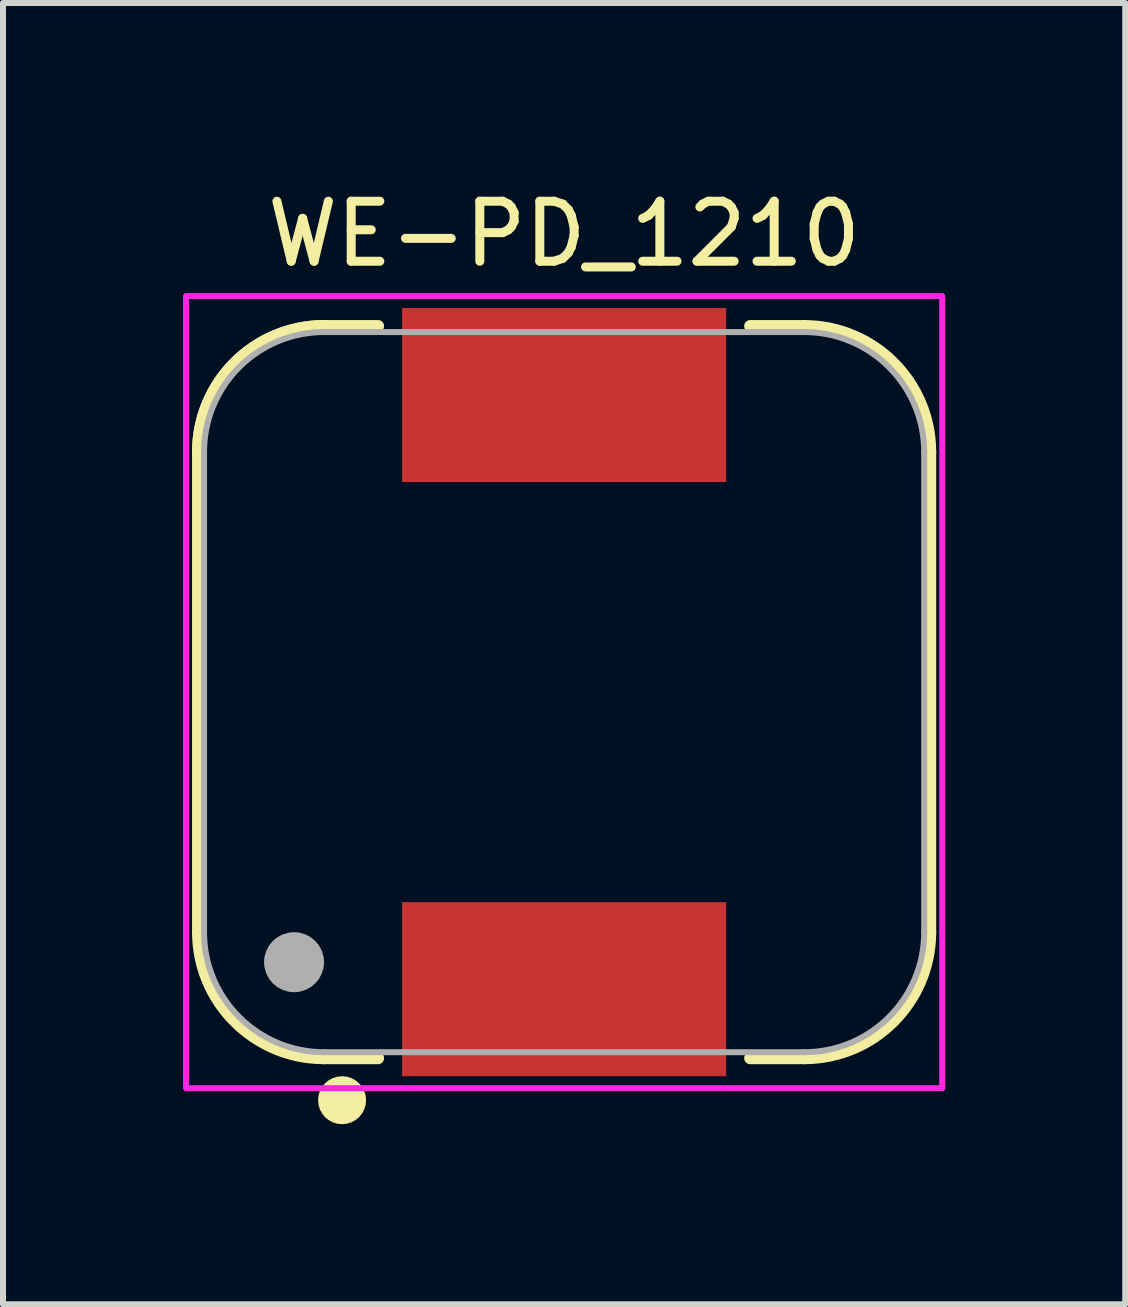
<source format=kicad_pcb>
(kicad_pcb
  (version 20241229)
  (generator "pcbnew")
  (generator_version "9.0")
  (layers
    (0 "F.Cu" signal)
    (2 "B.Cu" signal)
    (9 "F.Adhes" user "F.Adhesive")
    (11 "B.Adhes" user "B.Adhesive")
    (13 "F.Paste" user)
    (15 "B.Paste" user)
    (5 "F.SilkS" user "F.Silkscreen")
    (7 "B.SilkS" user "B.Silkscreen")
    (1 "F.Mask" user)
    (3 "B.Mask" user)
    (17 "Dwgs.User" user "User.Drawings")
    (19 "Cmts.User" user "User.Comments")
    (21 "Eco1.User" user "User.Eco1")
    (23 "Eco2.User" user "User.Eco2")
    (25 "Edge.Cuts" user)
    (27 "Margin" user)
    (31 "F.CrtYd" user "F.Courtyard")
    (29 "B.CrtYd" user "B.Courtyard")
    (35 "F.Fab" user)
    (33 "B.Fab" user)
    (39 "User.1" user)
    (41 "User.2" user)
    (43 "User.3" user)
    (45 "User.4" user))
  (footprint "WE-PD_1210"
    (layer "F.Cu")
    (at 6.35 8.483)
    (property "Reference" "WE-PD_1210" (at 0 -7.635 0) (layer "F.SilkS") (effects (font (size 1 1) (thickness 0.15))))
    (attr smd)
    (fp_line (start -6.1 4) (end -6.1 -4) (stroke (width 0.2) (type solid)) (layer "F.SilkS"))
    (fp_line (start -4 -6.1) (end -3.1 -6.1) (stroke (width 0.2) (type solid)) (layer "F.SilkS"))
    (fp_line (start -3.1 6.1) (end -4 6.1) (stroke (width 0.2) (type solid)) (layer "F.SilkS"))
    (fp_line (start 3.1 6.1) (end 4 6.1) (stroke (width 0.2) (type solid)) (layer "F.SilkS"))
    (fp_line (start 4 -6.1) (end 3.1 -6.1) (stroke (width 0.2) (type solid)) (layer "F.SilkS"))
    (fp_line (start 6.1 4) (end 6.1 -4) (stroke (width 0.2) (type solid)) (layer "F.SilkS"))
    (fp_arc (start -6.1 -4) (mid -5.484924 -5.484924) (end -4 -6.1) (stroke (width 0.2) (type solid)) (layer "F.SilkS"))
    (fp_arc (start -6.1 -4) (mid -5.484924 -5.484924) (end -4 -6.1) (stroke (width 0.2) (type solid)) (layer "F.SilkS"))
    (fp_arc (start -4 6.1) (mid -5.484924 5.484924) (end -6.1 4) (stroke (width 0.2) (type solid)) (layer "F.SilkS"))
    (fp_arc (start 4 -6.1) (mid 5.484924 -5.484924) (end 6.1 -4) (stroke (width 0.2) (type solid)) (layer "F.SilkS"))
    (fp_arc (start 6.1 4) (mid 5.484924 5.484924) (end 4 6.1) (stroke (width 0.2) (type solid)) (layer "F.SilkS"))
    (fp_circle (center -3.7 6.8) (end -3.5 6.8) (stroke (width 0.4) (type solid)) (fill no) (layer "F.SilkS"))
    (fp_poly (pts (xy -6.3 6.6) (xy -6.3 -6.6) (xy 6.3 -6.6) (xy 6.3 6.6)) (stroke (width 0.1) (type solid)) (fill no) (layer "F.CrtYd"))
    (fp_line (start -6 4) (end -6 -4) (stroke (width 0.1) (type solid)) (layer "F.Fab"))
    (fp_line (start -4 6) (end 4 6) (stroke (width 0.1) (type solid)) (layer "F.Fab"))
    (fp_line (start 4 -6) (end -4 -6) (stroke (width 0.1) (type solid)) (layer "F.Fab"))
    (fp_line (start 6 4) (end 6 -4) (stroke (width 0.1) (type solid)) (layer "F.Fab"))
    (fp_arc (start -6 -4) (mid -5.414214 -5.414214) (end -4 -6) (stroke (width 0.1) (type solid)) (layer "F.Fab"))
    (fp_arc (start -4 6) (mid -5.414214 5.414214) (end -6 4) (stroke (width 0.1) (type solid)) (layer "F.Fab"))
    (fp_arc (start 4 -6) (mid 5.414214 -5.414214) (end 6 -4) (stroke (width 0.1) (type solid)) (layer "F.Fab"))
    (fp_arc (start 6 4) (mid 5.414214 5.414214) (end 4 6) (stroke (width 0.1) (type solid)) (layer "F.Fab"))
    (fp_circle (center -4.5 4.5) (end -4.25 4.5) (stroke (width 0.5) (type solid)) (fill no) (layer "F.Fab"))
    (pad "1" smd rect (at 0 4.95) (size 5.4 2.9) (layers "F.Cu" "F.Mask" "F.Paste"))
    (pad "2" smd rect (at 0 -4.95) (size 5.4 2.9) (layers "F.Cu" "F.Mask" "F.Paste"))
    (zone (net_name "") (layer "F.Cu") (hatch full 0.508) (connect_pads) (min_thickness 0.1) (filled_areas_thickness no) (keepout (tracks not_allowed) (vias not_allowed) (pads not_allowed) (copperpour not_allowed) (footprints allowed)) (placement (enabled no)) (fill) (polygon (pts (xy 0.35 4.483) (xy 0.35 12.483) (xy 0.353 12.588) (xy 0.361 12.692) (xy 0.375 12.796) (xy 0.394 12.899) (xy 0.418 13.001) (xy 0.448 13.101) (xy 0.483 13.2) (xy 0.523 13.296) (xy 0.568 13.391) (xy 0.618 13.483) (xy 0.673 13.572) (xy 0.732 13.659) (xy 0.796 13.742) (xy 0.864 13.821) (xy 0.936 13.897) (xy 1.012 13.969) (xy 1.091 14.037) (xy 1.174 14.101) (xy 1.261 14.16) (xy 1.35 14.215) (xy 1.442 14.265) (xy 1.537 14.31) (xy 1.633 14.35) (xy 1.732 14.385) (xy 1.832 14.415) (xy 1.934 14.439) (xy 2.037 14.458) (xy 2.141 14.472) (xy 2.245 14.48) (xy 2.35 14.483) (xy 3.45 14.483) (xy 3.45 11.783) (xy 9.25 11.783) (xy 9.25 14.483) (xy 10.35 14.483) (xy 10.455 14.48) (xy 10.559 14.472) (xy 10.663 14.458) (xy 10.766 14.439) (xy 10.868 14.415) (xy 10.968 14.385) (xy 11.067 14.35) (xy 11.163 14.31) (xy 11.258 14.265) (xy 11.35 14.215) (xy 11.439 14.16) (xy 11.526 14.101) (xy 11.609 14.037) (xy 11.688 13.969) (xy 11.764 13.897) (xy 11.836 13.821) (xy 11.904 13.742) (xy 11.968 13.659) (xy 12.027 13.572) (xy 12.082 13.483) (xy 12.132 13.391) (xy 12.177 13.296) (xy 12.217 13.2) (xy 12.252 13.101) (xy 12.282 13.001) (xy 12.306 12.899) (xy 12.325 12.796) (xy 12.339 12.692) (xy 12.347 12.588) (xy 12.35 12.483) (xy 12.35 4.483) (xy 12.347 4.378) (xy 12.339 4.274) (xy 12.325 4.17) (xy 12.306 4.067) (xy 12.282 3.965) (xy 12.252 3.865) (xy 12.217 3.766) (xy 12.177 3.67) (xy 12.132 3.575) (xy 12.082 3.483) (xy 12.027 3.394) (xy 11.968 3.307) (xy 11.904 3.224) (xy 11.836 3.145) (xy 11.764 3.069) (xy 11.688 2.997) (xy 11.609 2.929) (xy 11.526 2.865) (xy 11.439 2.806) (xy 11.35 2.751) (xy 11.258 2.701) (xy 11.163 2.656) (xy 11.067 2.616) (xy 10.968 2.581) (xy 10.868 2.551) (xy 10.766 2.527) (xy 10.663 2.508) (xy 10.559 2.494) (xy 10.455 2.486) (xy 10.35 2.483) (xy 9.25 2.483) (xy 9.25 5.183) (xy 3.45 5.183) (xy 3.45 2.483) (xy 2.35 2.483) (xy 2.245 2.486) (xy 2.141 2.494) (xy 2.037 2.508) (xy 1.934 2.527) (xy 1.832 2.551) (xy 1.732 2.581) (xy 1.633 2.616) (xy 1.537 2.656) (xy 1.442 2.701) (xy 1.35 2.751) (xy 1.261 2.806) (xy 1.174 2.865) (xy 1.091 2.929) (xy 1.012 2.997) (xy 0.936 3.069) (xy 0.864 3.145) (xy 0.796 3.224) (xy 0.732 3.307) (xy 0.673 3.394) (xy 0.618 3.483) (xy 0.568 3.575) (xy 0.523 3.67) (xy 0.483 3.766) (xy 0.448 3.865) (xy 0.418 3.965) (xy 0.394 4.067) (xy 0.375 4.17) (xy 0.361 4.274) (xy 0.353 4.378))))
    (zone (net_name "") (layers "F.Cu" "B.Cu") (hatch full 0.508) (connect_pads) (min_thickness 0.1) (filled_areas_thickness no) (keepout (tracks allowed) (vias not_allowed) (pads allowed) (copperpour allowed) (footprints allowed)) (placement (enabled no)) (fill) (polygon (pts (xy 0.35 4.483) (xy 0.35 12.483) (xy 0.353 12.588) (xy 0.361 12.692) (xy 0.375 12.796) (xy 0.394 12.899) (xy 0.418 13.001) (xy 0.448 13.101) (xy 0.483 13.2) (xy 0.523 13.296) (xy 0.568 13.391) (xy 0.618 13.483) (xy 0.673 13.572) (xy 0.732 13.659) (xy 0.796 13.742) (xy 0.864 13.821) (xy 0.936 13.897) (xy 1.012 13.969) (xy 1.091 14.037) (xy 1.174 14.101) (xy 1.261 14.16) (xy 1.35 14.215) (xy 1.442 14.265) (xy 1.537 14.31) (xy 1.633 14.35) (xy 1.732 14.385) (xy 1.832 14.415) (xy 1.934 14.439) (xy 2.037 14.458) (xy 2.141 14.472) (xy 2.245 14.48) (xy 2.35 14.483) (xy 3.45 14.483) (xy 3.45 11.783) (xy 9.25 11.783) (xy 9.25 14.483) (xy 10.35 14.483) (xy 10.455 14.48) (xy 10.559 14.472) (xy 10.663 14.458) (xy 10.766 14.439) (xy 10.868 14.415) (xy 10.968 14.385) (xy 11.067 14.35) (xy 11.163 14.31) (xy 11.258 14.265) (xy 11.35 14.215) (xy 11.439 14.16) (xy 11.526 14.101) (xy 11.609 14.037) (xy 11.688 13.969) (xy 11.764 13.897) (xy 11.836 13.821) (xy 11.904 13.742) (xy 11.968 13.659) (xy 12.027 13.572) (xy 12.082 13.483) (xy 12.132 13.391) (xy 12.177 13.296) (xy 12.217 13.2) (xy 12.252 13.101) (xy 12.282 13.001) (xy 12.306 12.899) (xy 12.325 12.796) (xy 12.339 12.692) (xy 12.347 12.588) (xy 12.35 12.483) (xy 12.35 4.483) (xy 12.347 4.378) (xy 12.339 4.274) (xy 12.325 4.17) (xy 12.306 4.067) (xy 12.282 3.965) (xy 12.252 3.865) (xy 12.217 3.766) (xy 12.177 3.67) (xy 12.132 3.575) (xy 12.082 3.483) (xy 12.027 3.394) (xy 11.968 3.307) (xy 11.904 3.224) (xy 11.836 3.145) (xy 11.764 3.069) (xy 11.688 2.997) (xy 11.609 2.929) (xy 11.526 2.865) (xy 11.439 2.806) (xy 11.35 2.751) (xy 11.258 2.701) (xy 11.163 2.656) (xy 11.067 2.616) (xy 10.968 2.581) (xy 10.868 2.551) (xy 10.766 2.527) (xy 10.663 2.508) (xy 10.559 2.494) (xy 10.455 2.486) (xy 10.35 2.483) (xy 9.25 2.483) (xy 9.25 5.183) (xy 3.45 5.183) (xy 3.45 2.483) (xy 2.35 2.483) (xy 2.245 2.486) (xy 2.141 2.494) (xy 2.037 2.508) (xy 1.934 2.527) (xy 1.832 2.551) (xy 1.732 2.581) (xy 1.633 2.616) (xy 1.537 2.656) (xy 1.442 2.701) (xy 1.35 2.751) (xy 1.261 2.806) (xy 1.174 2.865) (xy 1.091 2.929) (xy 1.012 2.997) (xy 0.936 3.069) (xy 0.864 3.145) (xy 0.796 3.224) (xy 0.732 3.307) (xy 0.673 3.394) (xy 0.618 3.483) (xy 0.568 3.575) (xy 0.523 3.67) (xy 0.483 3.766) (xy 0.448 3.865) (xy 0.418 3.965) (xy 0.394 4.067) (xy 0.375 4.17) (xy 0.361 4.274) (xy 0.353 4.378)))))
  (gr_rect
    (start -3 -3)
    (end 15.7 18.683)
    (stroke (width 0.1) (type default))
    (fill no)
    (layer "Edge.Cuts")))
</source>
